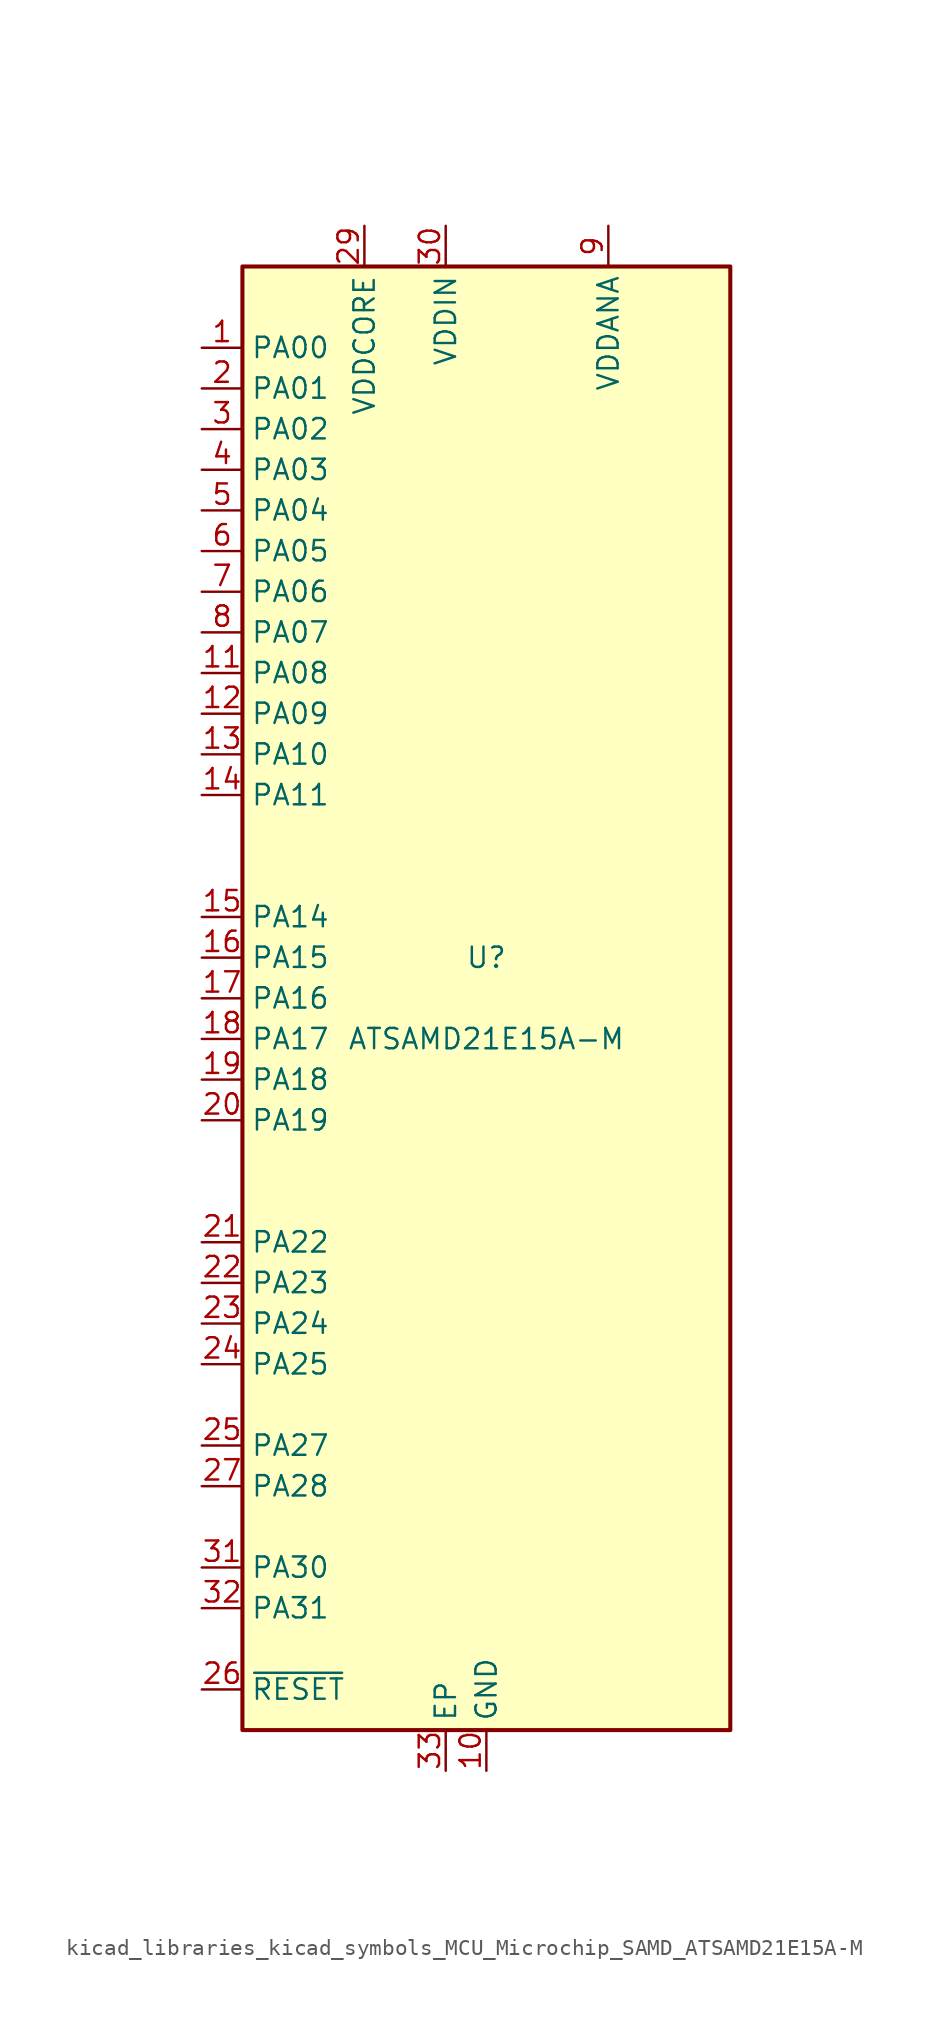
<source format=kicad_sym>
(kicad_symbol_lib
  (version 20220914)
  (generator kicad_symbol_editor)
  (symbol "kicad_libraries_kicad_symbols_MCU_Microchip_SAMD_ATSAMD21E15A-M"
    (property "Reference" "U"
      (at 0 2.54 0)
      (effects (font (size 1.27 1.27))))
    (property "Value" "ATSAMD21E15A-M"
      (at 0 -2.54 0)
      (effects (font (size 1.27 1.27))))
    (symbol "kicad_libraries_kicad_symbols_MCU_Microchip_SAMD_ATSAMD21E15A-M_1_1"
      (rectangle (start -15.24 45.72) (end 15.24 -45.72) (stroke (width 0.254) (type default)) (fill (type background)))
      (pin bidirectional line (at -17.78 40.64 0) (length 2.54) (name "PA00" (effects (font (size 1.27 1.27)))) (number "1" (effects (font (size 1.27 1.27)))))
      (pin power_in line (at 0 -48.26 90) (length 2.54) (name "GND" (effects (font (size 1.27 1.27)))) (number "10" (effects (font (size 1.27 1.27)))))
      (pin bidirectional line (at -17.78 20.32 0) (length 2.54) (name "PA08" (effects (font (size 1.27 1.27)))) (number "11" (effects (font (size 1.27 1.27)))))
      (pin bidirectional line (at -17.78 17.78 0) (length 2.54) (name "PA09" (effects (font (size 1.27 1.27)))) (number "12" (effects (font (size 1.27 1.27)))))
      (pin bidirectional line (at -17.78 15.24 0) (length 2.54) (name "PA10" (effects (font (size 1.27 1.27)))) (number "13" (effects (font (size 1.27 1.27)))))
      (pin bidirectional line (at -17.78 12.7 0) (length 2.54) (name "PA11" (effects (font (size 1.27 1.27)))) (number "14" (effects (font (size 1.27 1.27)))))
      (pin bidirectional line (at -17.78 5.08 0) (length 2.54) (name "PA14" (effects (font (size 1.27 1.27)))) (number "15" (effects (font (size 1.27 1.27)))))
      (pin bidirectional line (at -17.78 2.54 0) (length 2.54) (name "PA15" (effects (font (size 1.27 1.27)))) (number "16" (effects (font (size 1.27 1.27)))))
      (pin bidirectional line (at -17.78 0 0) (length 2.54) (name "PA16" (effects (font (size 1.27 1.27)))) (number "17" (effects (font (size 1.27 1.27)))))
      (pin bidirectional line (at -17.78 -2.54 0) (length 2.54) (name "PA17" (effects (font (size 1.27 1.27)))) (number "18" (effects (font (size 1.27 1.27)))))
      (pin bidirectional line (at -17.78 -5.08 0) (length 2.54) (name "PA18" (effects (font (size 1.27 1.27)))) (number "19" (effects (font (size 1.27 1.27)))))
      (pin bidirectional line (at -17.78 38.1 0) (length 2.54) (name "PA01" (effects (font (size 1.27 1.27)))) (number "2" (effects (font (size 1.27 1.27)))))
      (pin bidirectional line (at -17.78 -7.62 0) (length 2.54) (name "PA19" (effects (font (size 1.27 1.27)))) (number "20" (effects (font (size 1.27 1.27)))))
      (pin bidirectional line (at -17.78 -15.24 0) (length 2.54) (name "PA22" (effects (font (size 1.27 1.27)))) (number "21" (effects (font (size 1.27 1.27)))))
      (pin bidirectional line (at -17.78 -17.78 0) (length 2.54) (name "PA23" (effects (font (size 1.27 1.27)))) (number "22" (effects (font (size 1.27 1.27)))))
      (pin bidirectional line (at -17.78 -20.32 0) (length 2.54) (name "PA24" (effects (font (size 1.27 1.27)))) (number "23" (effects (font (size 1.27 1.27)))))
      (pin bidirectional line (at -17.78 -22.86 0) (length 2.54) (name "PA25" (effects (font (size 1.27 1.27)))) (number "24" (effects (font (size 1.27 1.27)))))
      (pin bidirectional line (at -17.78 -27.94 0) (length 2.54) (name "PA27" (effects (font (size 1.27 1.27)))) (number "25" (effects (font (size 1.27 1.27)))))
      (pin input line (at -17.78 -43.18 0) (length 2.54) (name "~{RESET}" (effects (font (size 1.27 1.27)))) (number "26" (effects (font (size 1.27 1.27)))))
      (pin bidirectional line (at -17.78 -30.48 0) (length 2.54) (name "PA28" (effects (font (size 1.27 1.27)))) (number "27" (effects (font (size 1.27 1.27)))))
      (pin passive line (at 0 -48.26 90) (length 2.54) hide (name "GND" (effects (font (size 1.27 1.27)))) (number "28" (effects (font (size 1.27 1.27)))))
      (pin power_out line (at -7.62 48.26 270) (length 2.54) (name "VDDCORE" (effects (font (size 1.27 1.27)))) (number "29" (effects (font (size 1.27 1.27)))))
      (pin bidirectional line (at -17.78 35.56 0) (length 2.54) (name "PA02" (effects (font (size 1.27 1.27)))) (number "3" (effects (font (size 1.27 1.27)))))
      (pin power_in line (at -2.54 48.26 270) (length 2.54) (name "VDDIN" (effects (font (size 1.27 1.27)))) (number "30" (effects (font (size 1.27 1.27)))))
      (pin bidirectional line (at -17.78 -35.56 0) (length 2.54) (name "PA30" (effects (font (size 1.27 1.27)))) (number "31" (effects (font (size 1.27 1.27)))))
      (pin bidirectional line (at -17.78 -38.1 0) (length 2.54) (name "PA31" (effects (font (size 1.27 1.27)))) (number "32" (effects (font (size 1.27 1.27)))))
      (pin passive line (at -2.54 -48.26 90) (length 2.54) (name "EP" (effects (font (size 1.27 1.27)))) (number "33" (effects (font (size 1.27 1.27)))))
      (pin bidirectional line (at -17.78 33.02 0) (length 2.54) (name "PA03" (effects (font (size 1.27 1.27)))) (number "4" (effects (font (size 1.27 1.27)))))
      (pin bidirectional line (at -17.78 30.48 0) (length 2.54) (name "PA04" (effects (font (size 1.27 1.27)))) (number "5" (effects (font (size 1.27 1.27)))))
      (pin bidirectional line (at -17.78 27.94 0) (length 2.54) (name "PA05" (effects (font (size 1.27 1.27)))) (number "6" (effects (font (size 1.27 1.27)))))
      (pin bidirectional line (at -17.78 25.4 0) (length 2.54) (name "PA06" (effects (font (size 1.27 1.27)))) (number "7" (effects (font (size 1.27 1.27)))))
      (pin bidirectional line (at -17.78 22.86 0) (length 2.54) (name "PA07" (effects (font (size 1.27 1.27)))) (number "8" (effects (font (size 1.27 1.27)))))
      (pin power_in line (at 7.62 48.26 270) (length 2.54) (name "VDDANA" (effects (font (size 1.27 1.27)))) (number "9" (effects (font (size 1.27 1.27))))))))
</source>
